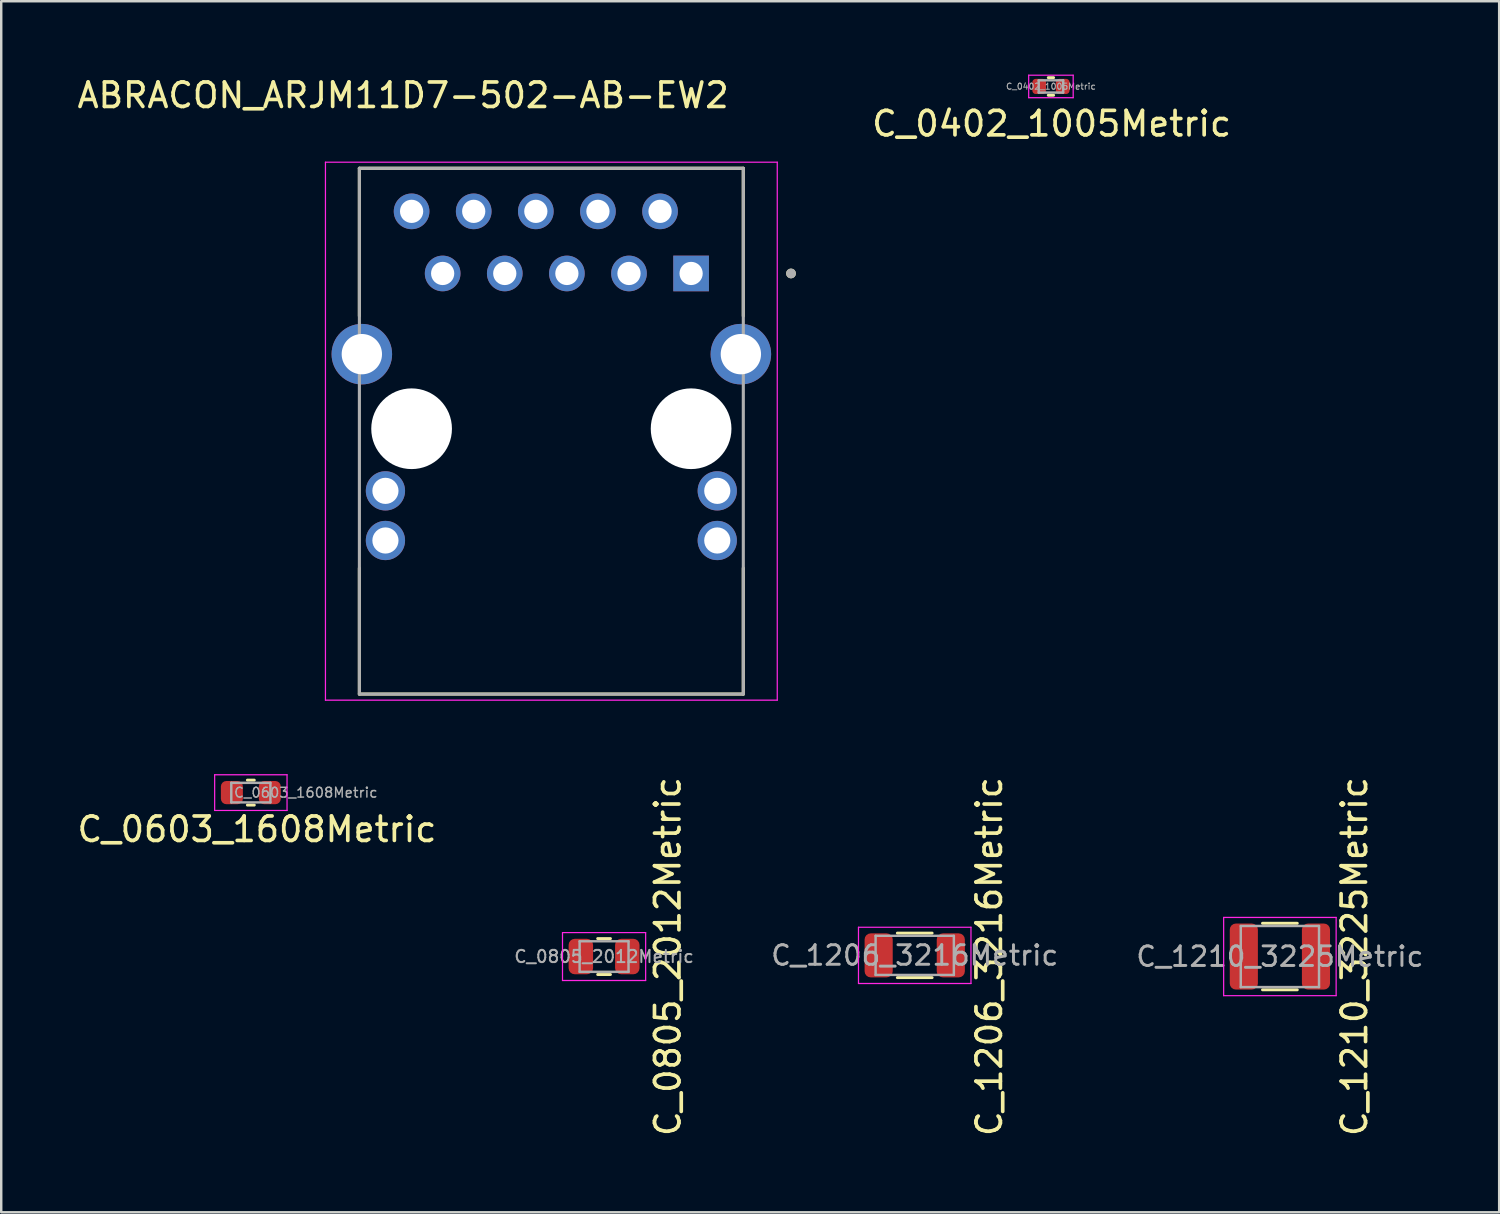
<source format=kicad_pcb>
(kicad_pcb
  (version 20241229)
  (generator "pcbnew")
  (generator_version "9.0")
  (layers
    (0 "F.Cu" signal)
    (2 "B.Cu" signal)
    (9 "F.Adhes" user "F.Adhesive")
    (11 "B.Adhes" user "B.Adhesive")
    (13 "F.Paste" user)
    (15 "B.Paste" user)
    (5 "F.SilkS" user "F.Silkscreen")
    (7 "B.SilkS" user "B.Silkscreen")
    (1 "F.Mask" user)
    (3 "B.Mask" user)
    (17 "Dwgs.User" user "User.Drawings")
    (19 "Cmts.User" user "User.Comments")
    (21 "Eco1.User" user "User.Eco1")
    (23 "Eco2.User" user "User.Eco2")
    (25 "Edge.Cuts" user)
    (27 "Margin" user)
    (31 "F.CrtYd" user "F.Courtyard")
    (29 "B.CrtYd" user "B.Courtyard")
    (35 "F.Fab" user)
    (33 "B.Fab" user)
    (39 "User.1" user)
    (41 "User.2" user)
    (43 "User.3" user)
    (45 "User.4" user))
  (footprint "C_0402_1005Metric"
    (layer "F.Cu")
    (at 39.927 0.485)
    (property "Reference" "C_0402_1005Metric" (at 0.028 1.524 180) (layer "F.SilkS") (effects (font (size 1 1) (thickness 0.15))))
    (attr smd)
    (fp_line (start -0.108 -0.36) (end 0.108 -0.36) (stroke (width 0.12) (type solid)) (layer "F.SilkS"))
    (fp_line (start -0.108 0.36) (end 0.108 0.36) (stroke (width 0.12) (type solid)) (layer "F.SilkS"))
    (fp_line (start -0.91 -0.46) (end 0.91 -0.46) (stroke (width 0.05) (type solid)) (layer "F.CrtYd"))
    (fp_line (start -0.91 0.46) (end -0.91 -0.46) (stroke (width 0.05) (type solid)) (layer "F.CrtYd"))
    (fp_line (start 0.91 -0.46) (end 0.91 0.46) (stroke (width 0.05) (type solid)) (layer "F.CrtYd"))
    (fp_line (start 0.91 0.46) (end -0.91 0.46) (stroke (width 0.05) (type solid)) (layer "F.CrtYd"))
    (fp_line (start -0.5 -0.25) (end 0.5 -0.25) (stroke (width 0.1) (type solid)) (layer "F.Fab"))
    (fp_line (start -0.5 0.25) (end -0.5 -0.25) (stroke (width 0.1) (type solid)) (layer "F.Fab"))
    (fp_line (start 0.5 -0.25) (end 0.5 0.25) (stroke (width 0.1) (type solid)) (layer "F.Fab"))
    (fp_line (start 0.5 0.25) (end -0.5 0.25) (stroke (width 0.1) (type solid)) (layer "F.Fab"))
    (fp_text user "${REFERENCE}" (at 0 0 180) (layer "F.Fab") (effects (font (size 0.25 0.25) (thickness 0.04))))
    (pad "1" smd roundrect (at -0.48 0) (size 0.56 0.62) (layers "F.Cu" "F.Mask" "F.Paste") (roundrect_rratio 0.25))
    (pad "2" smd roundrect (at 0.48 0) (size 0.56 0.62) (layers "F.Cu" "F.Mask" "F.Paste") (roundrect_rratio 0.25)))
  (footprint "C_1206_3216Metric"
    (layer "F.Cu")
    (at 34.357 36.019)
    (property "Reference" "C_1206_3216Metric" (at 3.048 0.048 90) (layer "F.SilkS") (effects (font (size 1 1) (thickness 0.15))))
    (attr smd)
    (fp_line (start -0.711 -0.91) (end 0.711 -0.91) (stroke (width 0.12) (type solid)) (layer "F.SilkS"))
    (fp_line (start -0.711 0.91) (end 0.711 0.91) (stroke (width 0.12) (type solid)) (layer "F.SilkS"))
    (fp_line (start -2.3 -1.15) (end 2.3 -1.15) (stroke (width 0.05) (type solid)) (layer "F.CrtYd"))
    (fp_line (start -2.3 1.15) (end -2.3 -1.15) (stroke (width 0.05) (type solid)) (layer "F.CrtYd"))
    (fp_line (start 2.3 -1.15) (end 2.3 1.15) (stroke (width 0.05) (type solid)) (layer "F.CrtYd"))
    (fp_line (start 2.3 1.15) (end -2.3 1.15) (stroke (width 0.05) (type solid)) (layer "F.CrtYd"))
    (fp_line (start -1.6 -0.8) (end 1.6 -0.8) (stroke (width 0.1) (type solid)) (layer "F.Fab"))
    (fp_line (start -1.6 0.8) (end -1.6 -0.8) (stroke (width 0.1) (type solid)) (layer "F.Fab"))
    (fp_line (start 1.6 -0.8) (end 1.6 0.8) (stroke (width 0.1) (type solid)) (layer "F.Fab"))
    (fp_line (start 1.6 0.8) (end -1.6 0.8) (stroke (width 0.1) (type solid)) (layer "F.Fab"))
    (fp_text user "${REFERENCE}" (at 0 0 180) (layer "F.Fab") (effects (font (size 0.8 0.8) (thickness 0.12))))
    (pad "1" smd roundrect (at -1.475 0) (size 1.15 1.8) (layers "F.Cu" "F.Mask" "F.Paste") (roundrect_rratio 0.217))
    (pad "2" smd roundrect (at 1.475 0) (size 1.15 1.8) (layers "F.Cu" "F.Mask" "F.Paste") (roundrect_rratio 0.217)))
  (footprint "C_0603_1608Metric"
    (layer "F.Cu")
    (at 7.208 29.363)
    (property "Reference" "C_0603_1608Metric" (at 0.25 1.5 0) (layer "F.SilkS") (effects (font (size 1 1) (thickness 0.15))))
    (attr smd)
    (fp_line (start -0.141 -0.51) (end 0.141 -0.51) (stroke (width 0.12) (type solid)) (layer "F.SilkS"))
    (fp_line (start -0.141 0.51) (end 0.141 0.51) (stroke (width 0.12) (type solid)) (layer "F.SilkS"))
    (fp_line (start -1.48 -0.73) (end 1.48 -0.73) (stroke (width 0.05) (type solid)) (layer "F.CrtYd"))
    (fp_line (start -1.48 0.73) (end -1.48 -0.73) (stroke (width 0.05) (type solid)) (layer "F.CrtYd"))
    (fp_line (start 1.48 -0.73) (end 1.48 0.73) (stroke (width 0.05) (type solid)) (layer "F.CrtYd"))
    (fp_line (start 1.48 0.73) (end -1.48 0.73) (stroke (width 0.05) (type solid)) (layer "F.CrtYd"))
    (fp_line (start -0.8 -0.4) (end 0.8 -0.4) (stroke (width 0.1) (type solid)) (layer "F.Fab"))
    (fp_line (start -0.8 0.4) (end -0.8 -0.4) (stroke (width 0.1) (type solid)) (layer "F.Fab"))
    (fp_line (start 0.8 -0.4) (end 0.8 0.4) (stroke (width 0.1) (type solid)) (layer "F.Fab"))
    (fp_line (start 0.8 0.4) (end -0.8 0.4) (stroke (width 0.1) (type solid)) (layer "F.Fab"))
    (fp_text user "${REFERENCE}" (at 2.25 0 0) (layer "F.Fab") (effects (font (size 0.4 0.4) (thickness 0.06))))
    (pad "1" smd roundrect (at -0.775 0) (size 0.9 0.95) (layers "F.Cu" "F.Mask" "F.Paste") (roundrect_rratio 0.25))
    (pad "2" smd roundrect (at 0.775 0) (size 0.9 0.95) (layers "F.Cu" "F.Mask" "F.Paste") (roundrect_rratio 0.25)))
  (footprint "C_1210_3225Metric"
    (layer "F.Cu")
    (at 49.29 36.067)
    (property "Reference" "C_1210_3225Metric" (at 3.048 0 90) (layer "F.SilkS") (effects (font (size 1 1) (thickness 0.15))))
    (attr smd)
    (fp_line (start -0.711 -1.36) (end 0.711 -1.36) (stroke (width 0.12) (type solid)) (layer "F.SilkS"))
    (fp_line (start -0.711 1.36) (end 0.711 1.36) (stroke (width 0.12) (type solid)) (layer "F.SilkS"))
    (fp_line (start -2.3 -1.6) (end 2.3 -1.6) (stroke (width 0.05) (type solid)) (layer "F.CrtYd"))
    (fp_line (start -2.3 1.6) (end -2.3 -1.6) (stroke (width 0.05) (type solid)) (layer "F.CrtYd"))
    (fp_line (start 2.3 -1.6) (end 2.3 1.6) (stroke (width 0.05) (type solid)) (layer "F.CrtYd"))
    (fp_line (start 2.3 1.6) (end -2.3 1.6) (stroke (width 0.05) (type solid)) (layer "F.CrtYd"))
    (fp_line (start -1.6 -1.25) (end 1.6 -1.25) (stroke (width 0.1) (type solid)) (layer "F.Fab"))
    (fp_line (start -1.6 1.25) (end -1.6 -1.25) (stroke (width 0.1) (type solid)) (layer "F.Fab"))
    (fp_line (start 1.6 -1.25) (end 1.6 1.25) (stroke (width 0.1) (type solid)) (layer "F.Fab"))
    (fp_line (start 1.6 1.25) (end -1.6 1.25) (stroke (width 0.1) (type solid)) (layer "F.Fab"))
    (fp_text user "${REFERENCE}" (at 0 0 0) (layer "F.Fab") (effects (font (size 0.8 0.8) (thickness 0.12))))
    (pad "1" smd roundrect (at -1.475 0) (size 1.15 2.7) (layers "F.Cu" "F.Mask" "F.Paste") (roundrect_rratio 0.217))
    (pad "2" smd roundrect (at 1.475 0) (size 1.15 2.7) (layers "F.Cu" "F.Mask" "F.Paste") (roundrect_rratio 0.217)))
  (footprint "ABRACON_ARJM11D7-502-AB-EW2"
    (layer "F.Cu")
    (at 19.497 14.483)
    (property "Reference" "ABRACON_ARJM11D7-502-AB-EW2" (at -6.062 -13.635 0) (layer "F.SilkS") (effects (font (size 1 1) (thickness 0.15))))
    (attr through_hole)
    (fp_line (start -7.85 -10.65) (end -7.85 -4.61) (stroke (width 0.127) (type solid)) (layer "F.SilkS"))
    (fp_line (start -7.85 -10.65) (end 7.85 -10.65) (stroke (width 0.127) (type solid)) (layer "F.SilkS"))
    (fp_line (start -7.85 10.85) (end -7.85 5.7) (stroke (width 0.127) (type solid)) (layer "F.SilkS"))
    (fp_line (start -7.85 10.85) (end 7.85 10.85) (stroke (width 0.127) (type solid)) (layer "F.SilkS"))
    (fp_line (start 7.85 -10.65) (end 7.85 -4.61) (stroke (width 0.127) (type solid)) (layer "F.SilkS"))
    (fp_line (start 7.85 10.85) (end 7.85 5.7) (stroke (width 0.127) (type solid)) (layer "F.SilkS"))
    (fp_circle (center 9.8 -6.35) (end 9.9 -6.35) (stroke (width 0.2) (type solid)) (fill no) (layer "F.SilkS"))
    (fp_line (start -9.238 -10.9) (end -9.238 11.1) (stroke (width 0.05) (type solid)) (layer "F.CrtYd"))
    (fp_line (start -9.238 11.1) (end 9.238 11.1) (stroke (width 0.05) (type solid)) (layer "F.CrtYd"))
    (fp_line (start 9.238 -10.9) (end -9.238 -10.9) (stroke (width 0.05) (type solid)) (layer "F.CrtYd"))
    (fp_line (start 9.238 11.1) (end 9.238 -10.9) (stroke (width 0.05) (type solid)) (layer "F.CrtYd"))
    (fp_line (start -7.85 -10.65) (end -7.85 10.85) (stroke (width 0.127) (type solid)) (layer "F.Fab"))
    (fp_line (start -7.85 -10.65) (end 7.85 -10.65) (stroke (width 0.127) (type solid)) (layer "F.Fab"))
    (fp_line (start -7.85 10.85) (end 7.85 10.85) (stroke (width 0.127) (type solid)) (layer "F.Fab"))
    (fp_line (start 7.85 -10.65) (end 7.85 10.85) (stroke (width 0.127) (type solid)) (layer "F.Fab"))
    (fp_circle (center 9.8 -6.35) (end 9.9 -6.35) (stroke (width 0.2) (type solid)) (fill no) (layer "F.Fab"))
    (pad "" np_thru_hole circle (at -5.715 0) (size 3.3 3.3) (drill 3.3) (layers "*.Cu" "*.Mask"))
    (pad "" np_thru_hole circle (at 5.715 0) (size 3.3 3.3) (drill 3.3) (layers "*.Cu" "*.Mask"))
    (pad "P1" thru_hole rect (at 5.715 -6.35) (size 1.458 1.458) (drill 0.95) (layers "*.Cu" "*.Mask"))
    (pad "P2" thru_hole circle (at 4.445 -8.89) (size 1.458 1.458) (drill 0.95) (layers "*.Cu" "*.Mask"))
    (pad "P3" thru_hole circle (at 3.175 -6.35) (size 1.458 1.458) (drill 0.95) (layers "*.Cu" "*.Mask"))
    (pad "P4" thru_hole circle (at 1.905 -8.89) (size 1.458 1.458) (drill 0.95) (layers "*.Cu" "*.Mask"))
    (pad "P5" thru_hole circle (at 0.635 -6.35) (size 1.458 1.458) (drill 0.95) (layers "*.Cu" "*.Mask"))
    (pad "P6" thru_hole circle (at -0.635 -8.89) (size 1.458 1.458) (drill 0.95) (layers "*.Cu" "*.Mask"))
    (pad "P7" thru_hole circle (at -1.905 -6.35) (size 1.458 1.458) (drill 0.95) (layers "*.Cu" "*.Mask"))
    (pad "P8" thru_hole circle (at -3.175 -8.89) (size 1.458 1.458) (drill 0.95) (layers "*.Cu" "*.Mask"))
    (pad "P9" thru_hole circle (at -4.445 -6.35) (size 1.458 1.458) (drill 0.95) (layers "*.Cu" "*.Mask"))
    (pad "P10" thru_hole circle (at -5.715 -8.89) (size 1.458 1.458) (drill 0.95) (layers "*.Cu" "*.Mask"))
    (pad "P11" thru_hole circle (at -6.785 2.54) (size 1.605 1.605) (drill 1.07) (layers "*.Cu" "*.Mask"))
    (pad "P12" thru_hole circle (at -6.785 4.57) (size 1.605 1.605) (drill 1.07) (layers "*.Cu" "*.Mask"))
    (pad "P13" thru_hole circle (at 6.785 2.54) (size 1.605 1.605) (drill 1.07) (layers "*.Cu" "*.Mask"))
    (pad "P14" thru_hole circle (at 6.785 4.57) (size 1.605 1.605) (drill 1.07) (layers "*.Cu" "*.Mask"))
    (pad "S1" thru_hole circle (at 7.75 -3.05) (size 2.475 2.475) (drill 1.65) (layers "*.Cu" "*.Mask"))
    (pad "S2" thru_hole circle (at -7.75 -3.05) (size 2.475 2.475) (drill 1.65) (layers "*.Cu" "*.Mask")))
  (footprint "C_0805_2012Metric"
    (layer "F.Cu")
    (at 21.653 36.067)
    (property "Reference" "C_0805_2012Metric" (at 2.606 0 270) (layer "F.SilkS") (effects (font (size 1 1) (thickness 0.15))))
    (attr smd)
    (fp_line (start -0.261 -0.735) (end 0.261 -0.735) (stroke (width 0.12) (type solid)) (layer "F.SilkS"))
    (fp_line (start -0.261 0.735) (end 0.261 0.735) (stroke (width 0.12) (type solid)) (layer "F.SilkS"))
    (fp_line (start -1.7 -0.98) (end 1.7 -0.98) (stroke (width 0.05) (type solid)) (layer "F.CrtYd"))
    (fp_line (start -1.7 0.98) (end -1.7 -0.98) (stroke (width 0.05) (type solid)) (layer "F.CrtYd"))
    (fp_line (start 1.7 -0.98) (end 1.7 0.98) (stroke (width 0.05) (type solid)) (layer "F.CrtYd"))
    (fp_line (start 1.7 0.98) (end -1.7 0.98) (stroke (width 0.05) (type solid)) (layer "F.CrtYd"))
    (fp_line (start -1 -0.625) (end 1 -0.625) (stroke (width 0.1) (type solid)) (layer "F.Fab"))
    (fp_line (start -1 0.625) (end -1 -0.625) (stroke (width 0.1) (type solid)) (layer "F.Fab"))
    (fp_line (start 1 -0.625) (end 1 0.625) (stroke (width 0.1) (type solid)) (layer "F.Fab"))
    (fp_line (start 1 0.625) (end -1 0.625) (stroke (width 0.1) (type solid)) (layer "F.Fab"))
    (fp_text user "${REFERENCE}" (at 0 0 180) (layer "F.Fab") (effects (font (size 0.5 0.5) (thickness 0.08))))
    (pad "1" smd roundrect (at -0.95 0) (size 1 1.45) (layers "F.Cu" "F.Mask" "F.Paste") (roundrect_rratio 0.25))
    (pad "2" smd roundrect (at 0.95 0) (size 1 1.45) (layers "F.Cu" "F.Mask" "F.Paste") (roundrect_rratio 0.25)))
  (gr_rect
    (start -3 -3)
    (end 58.257 46.525)
    (stroke (width 0.1) (type default))
    (fill no)
    (layer "Edge.Cuts")))
</source>
